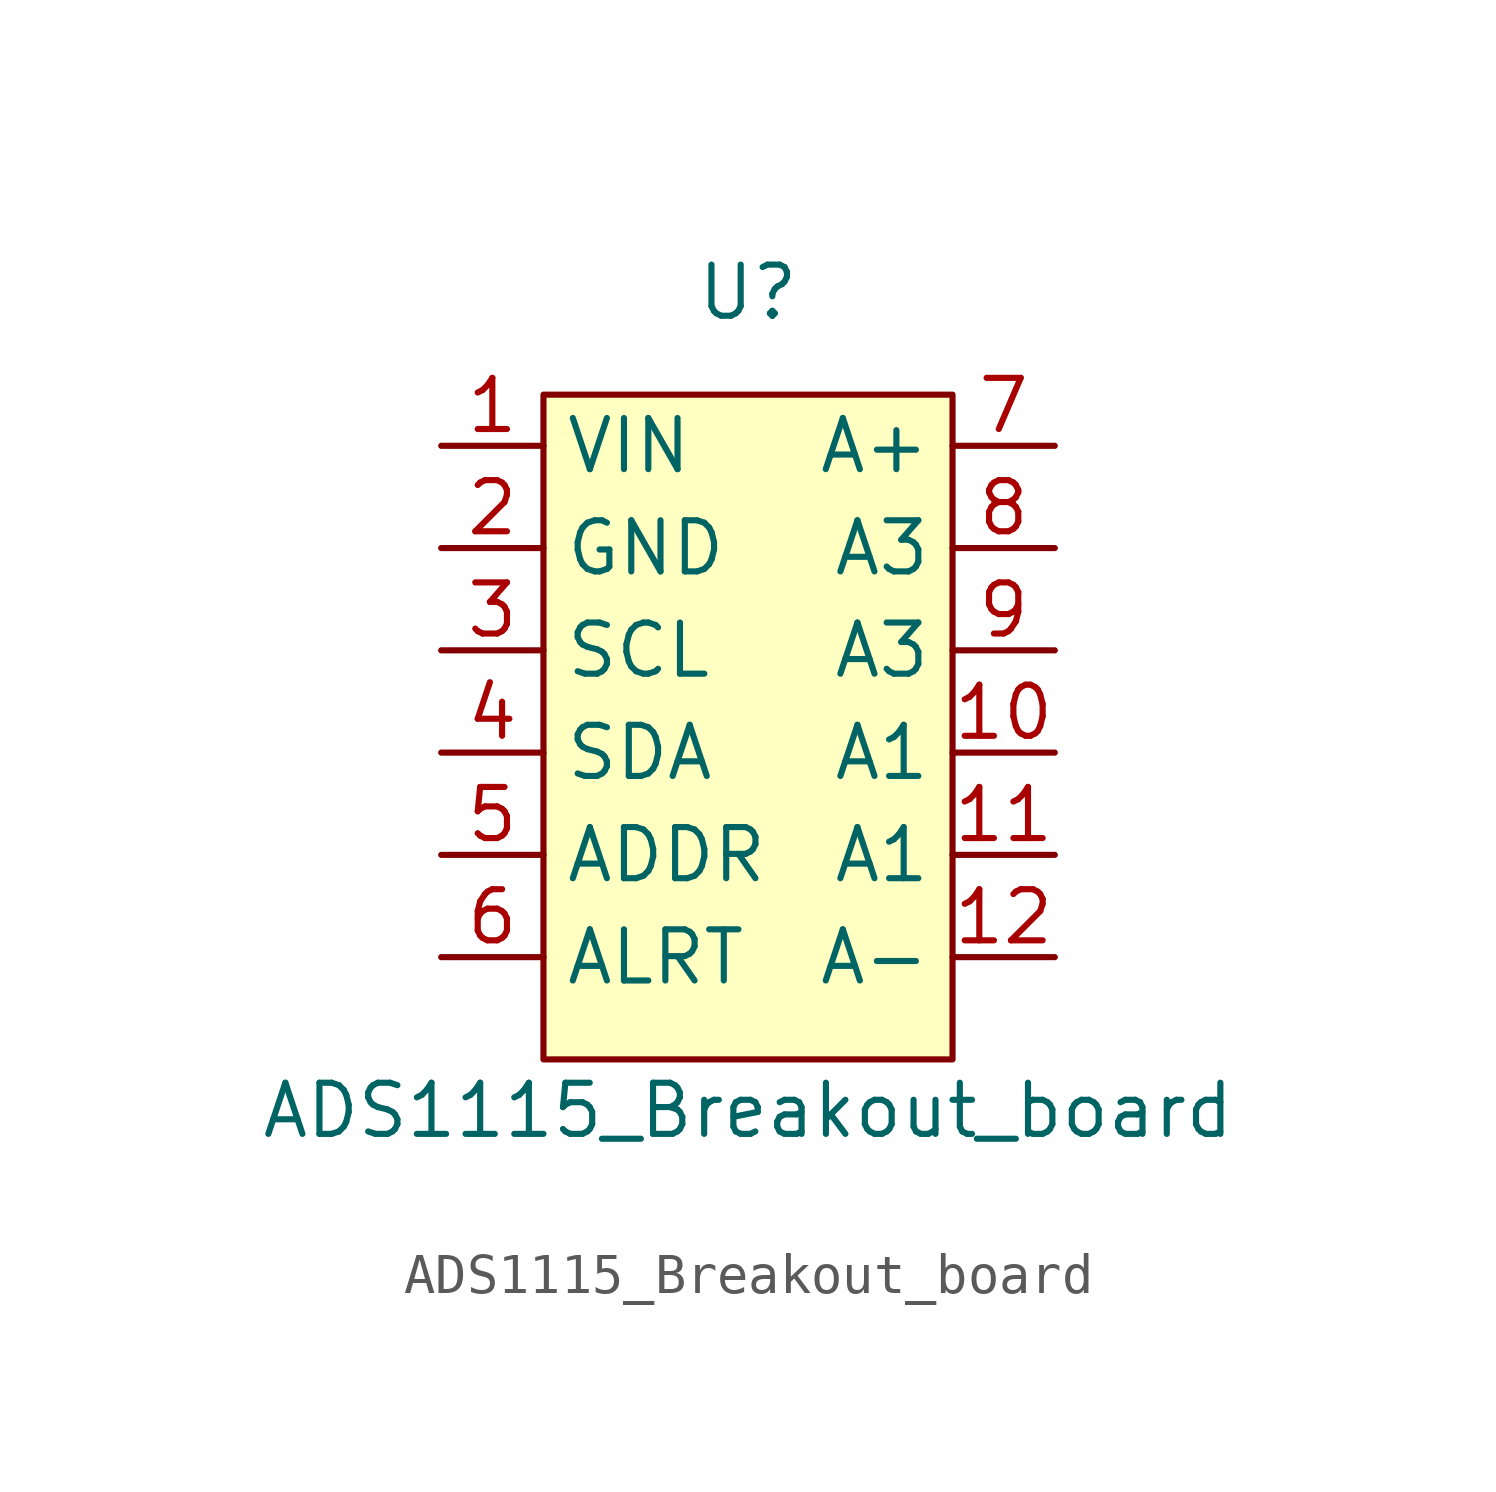
<source format=kicad_sym>
(kicad_symbol_lib
  (version 20211014)
  (generator kicad_symbol_editor)
  (symbol "ADS1115_Breakout_board"
    (property "Reference" "U"
      (at 0 10.16 0)
      (effects (font (size 1.27 1.27))))
    (property "Value" "ADS1115_Breakout_board"
      (at 0 -10.16 0)
      (effects (font (size 1.27 1.27))))
    (symbol "ADS1115_Breakout_board_0_1"
      (rectangle (start -5.08 7.62) (end 5.08 -8.89) (stroke (width 0) (type default) (color 0 0 0 0)) (fill (type background))))
    (symbol "ADS1115_Breakout_board_1_1"
      (pin input line (at -7.62 6.35 0) (length 2.54) (name "VIN" (effects (font (size 1.27 1.27)))) (number "1" (effects (font (size 1.27 1.27)))))
      (pin input line (at 7.62 -1.27 180) (length 2.54) (name "A1" (effects (font (size 1.27 1.27)))) (number "10" (effects (font (size 1.27 1.27)))))
      (pin input line (at 7.62 -3.81 180) (length 2.54) (name "A1" (effects (font (size 1.27 1.27)))) (number "11" (effects (font (size 1.27 1.27)))))
      (pin input line (at 7.62 -6.35 180) (length 2.54) (name "A-" (effects (font (size 1.27 1.27)))) (number "12" (effects (font (size 1.27 1.27)))))
      (pin input line (at -7.62 3.81 0) (length 2.54) (name "GND" (effects (font (size 1.27 1.27)))) (number "2" (effects (font (size 1.27 1.27)))))
      (pin input line (at -7.62 1.27 0) (length 2.54) (name "SCL" (effects (font (size 1.27 1.27)))) (number "3" (effects (font (size 1.27 1.27)))))
      (pin input line (at -7.62 -1.27 0) (length 2.54) (name "SDA" (effects (font (size 1.27 1.27)))) (number "4" (effects (font (size 1.27 1.27)))))
      (pin input line (at -7.62 -3.81 0) (length 2.54) (name "ADDR" (effects (font (size 1.27 1.27)))) (number "5" (effects (font (size 1.27 1.27)))))
      (pin input line (at -7.62 -6.35 0) (length 2.54) (name "ALRT" (effects (font (size 1.27 1.27)))) (number "6" (effects (font (size 1.27 1.27)))))
      (pin input line (at 7.62 6.35 180) (length 2.54) (name "A+" (effects (font (size 1.27 1.27)))) (number "7" (effects (font (size 1.27 1.27)))))
      (pin input line (at 7.62 3.81 180) (length 2.54) (name "A3" (effects (font (size 1.27 1.27)))) (number "8" (effects (font (size 1.27 1.27)))))
      (pin input line (at 7.62 1.27 180) (length 2.54) (name "A3" (effects (font (size 1.27 1.27)))) (number "9" (effects (font (size 1.27 1.27))))))))
</source>
